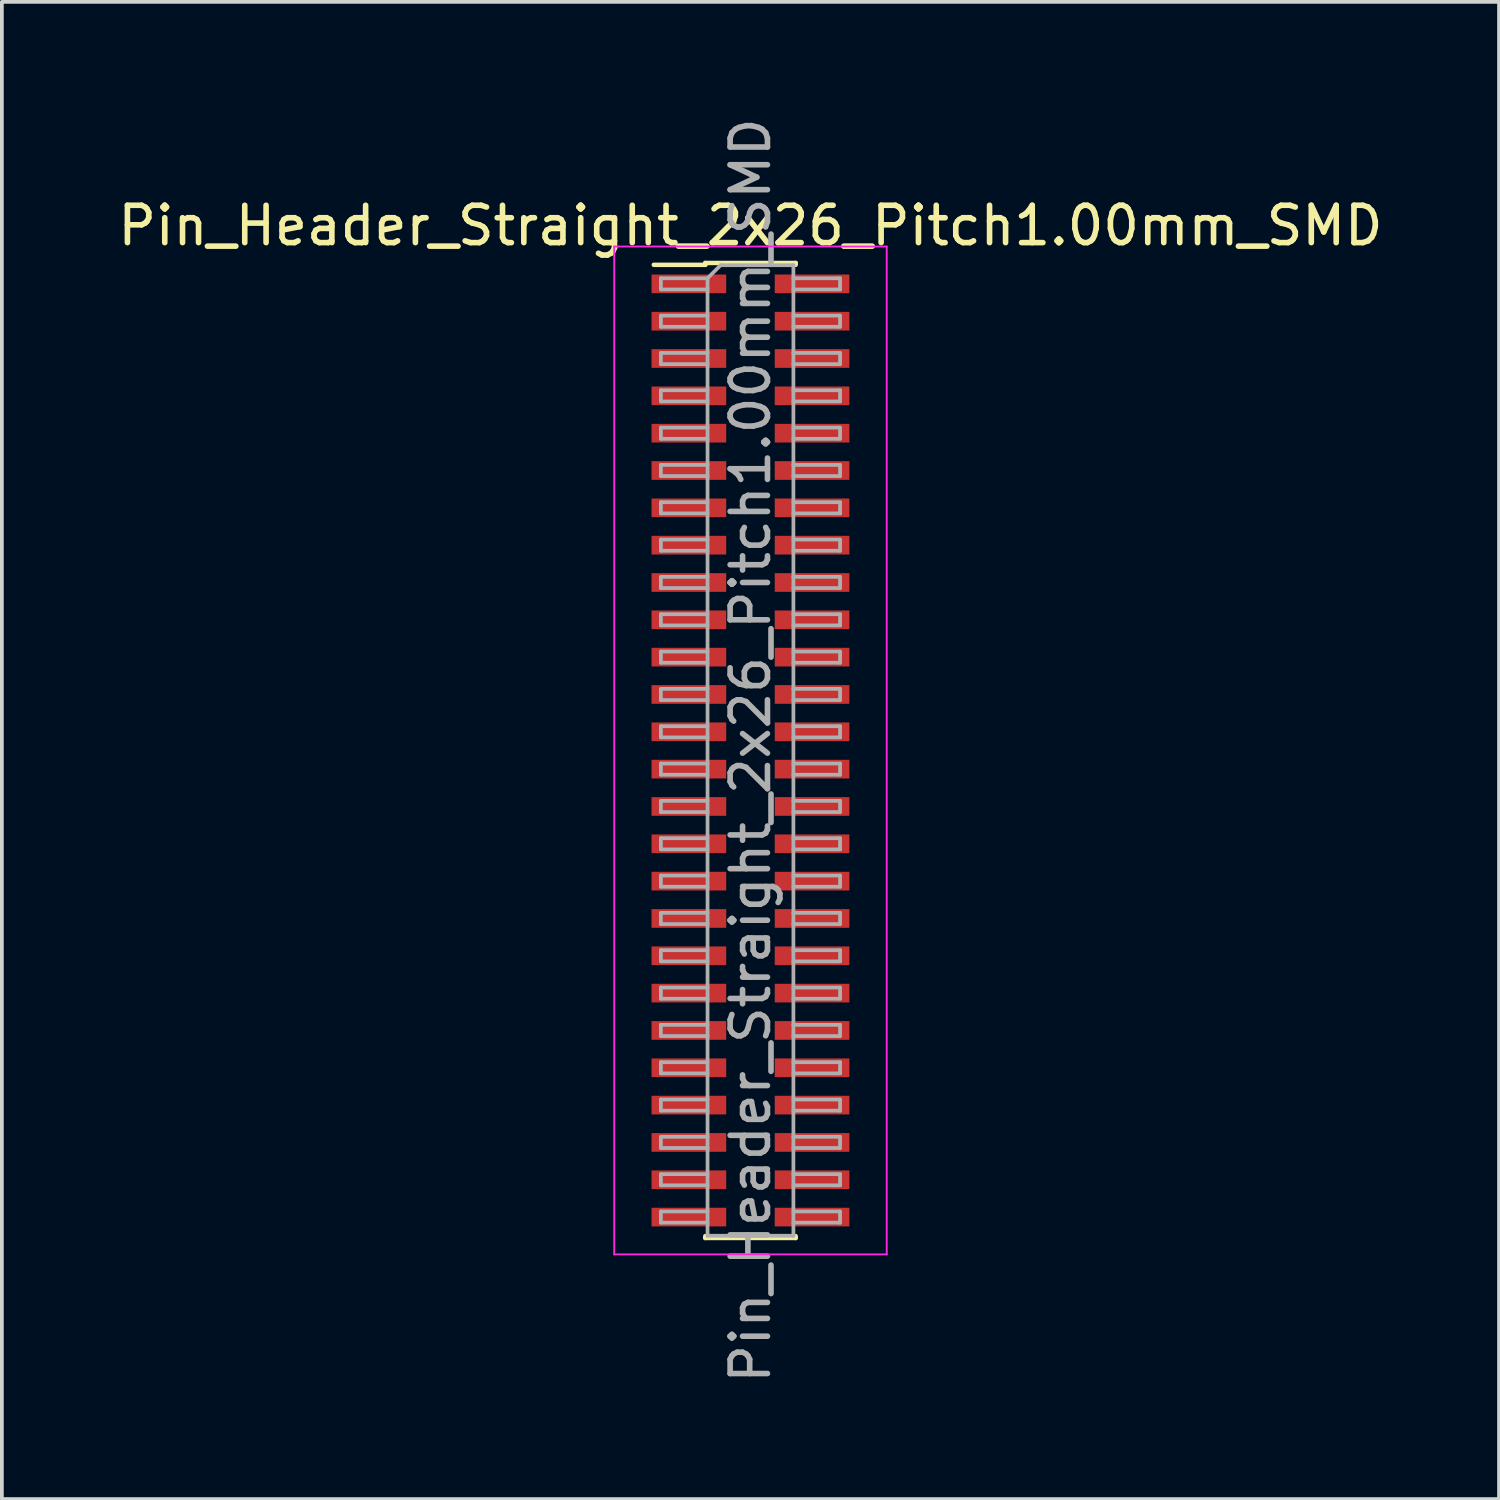
<source format=kicad_pcb>
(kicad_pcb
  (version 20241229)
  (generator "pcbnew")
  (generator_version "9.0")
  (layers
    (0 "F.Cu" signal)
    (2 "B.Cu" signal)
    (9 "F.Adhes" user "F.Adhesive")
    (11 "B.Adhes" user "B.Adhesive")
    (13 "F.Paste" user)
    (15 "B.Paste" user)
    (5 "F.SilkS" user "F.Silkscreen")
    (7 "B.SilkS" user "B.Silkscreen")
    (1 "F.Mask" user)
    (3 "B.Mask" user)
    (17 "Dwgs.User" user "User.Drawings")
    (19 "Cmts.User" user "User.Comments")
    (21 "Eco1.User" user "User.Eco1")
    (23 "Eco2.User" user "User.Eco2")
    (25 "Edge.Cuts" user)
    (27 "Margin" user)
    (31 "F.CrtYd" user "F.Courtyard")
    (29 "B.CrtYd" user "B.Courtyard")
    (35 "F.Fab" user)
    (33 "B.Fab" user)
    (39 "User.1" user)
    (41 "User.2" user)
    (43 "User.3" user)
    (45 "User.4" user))
  (footprint "Pin_Header_Straight_2x26_Pitch1.00mm_SMD"
    (layer "F.Cu")
    (at 17.054 17.054)
    (property "Reference" "Pin_Header_Straight_2x26_Pitch1.00mm_SMD" (at 0 -14.06 0) (layer "F.SilkS") (effects (font (size 1 1) (thickness 0.15))))
    (attr smd)
    (fp_line (start -2.59 -13.01) (end -1.21 -13.01) (stroke (width 0.12) (type solid)) (layer "F.SilkS"))
    (fp_line (start -1.21 -13.06) (end -1.21 -13.01) (stroke (width 0.12) (type solid)) (layer "F.SilkS"))
    (fp_line (start -1.21 -13.06) (end 1.21 -13.06) (stroke (width 0.12) (type solid)) (layer "F.SilkS"))
    (fp_line (start -1.21 13.01) (end -1.21 13.06) (stroke (width 0.12) (type solid)) (layer "F.SilkS"))
    (fp_line (start -1.21 13.06) (end 1.21 13.06) (stroke (width 0.12) (type solid)) (layer "F.SilkS"))
    (fp_line (start 1.21 -13.06) (end 1.21 -13.01) (stroke (width 0.12) (type solid)) (layer "F.SilkS"))
    (fp_line (start 1.21 13.01) (end 1.21 13.06) (stroke (width 0.12) (type solid)) (layer "F.SilkS"))
    (fp_line (start -3.65 -13.5) (end -3.65 13.5) (stroke (width 0.05) (type solid)) (layer "F.CrtYd"))
    (fp_line (start -3.65 13.5) (end 3.65 13.5) (stroke (width 0.05) (type solid)) (layer "F.CrtYd"))
    (fp_line (start 3.65 -13.5) (end -3.65 -13.5) (stroke (width 0.05) (type solid)) (layer "F.CrtYd"))
    (fp_line (start 3.65 13.5) (end 3.65 -13.5) (stroke (width 0.05) (type solid)) (layer "F.CrtYd"))
    (fp_line (start -2.4 -12.65) (end -2.4 -12.35) (stroke (width 0.1) (type solid)) (layer "F.Fab"))
    (fp_line (start -2.4 -12.35) (end -1.15 -12.35) (stroke (width 0.1) (type solid)) (layer "F.Fab"))
    (fp_line (start -2.4 -11.65) (end -2.4 -11.35) (stroke (width 0.1) (type solid)) (layer "F.Fab"))
    (fp_line (start -2.4 -11.35) (end -1.15 -11.35) (stroke (width 0.1) (type solid)) (layer "F.Fab"))
    (fp_line (start -2.4 -10.65) (end -2.4 -10.35) (stroke (width 0.1) (type solid)) (layer "F.Fab"))
    (fp_line (start -2.4 -10.35) (end -1.15 -10.35) (stroke (width 0.1) (type solid)) (layer "F.Fab"))
    (fp_line (start -2.4 -9.65) (end -2.4 -9.35) (stroke (width 0.1) (type solid)) (layer "F.Fab"))
    (fp_line (start -2.4 -9.35) (end -1.15 -9.35) (stroke (width 0.1) (type solid)) (layer "F.Fab"))
    (fp_line (start -2.4 -8.65) (end -2.4 -8.35) (stroke (width 0.1) (type solid)) (layer "F.Fab"))
    (fp_line (start -2.4 -8.35) (end -1.15 -8.35) (stroke (width 0.1) (type solid)) (layer "F.Fab"))
    (fp_line (start -2.4 -7.65) (end -2.4 -7.35) (stroke (width 0.1) (type solid)) (layer "F.Fab"))
    (fp_line (start -2.4 -7.35) (end -1.15 -7.35) (stroke (width 0.1) (type solid)) (layer "F.Fab"))
    (fp_line (start -2.4 -6.65) (end -2.4 -6.35) (stroke (width 0.1) (type solid)) (layer "F.Fab"))
    (fp_line (start -2.4 -6.35) (end -1.15 -6.35) (stroke (width 0.1) (type solid)) (layer "F.Fab"))
    (fp_line (start -2.4 -5.65) (end -2.4 -5.35) (stroke (width 0.1) (type solid)) (layer "F.Fab"))
    (fp_line (start -2.4 -5.35) (end -1.15 -5.35) (stroke (width 0.1) (type solid)) (layer "F.Fab"))
    (fp_line (start -2.4 -4.65) (end -2.4 -4.35) (stroke (width 0.1) (type solid)) (layer "F.Fab"))
    (fp_line (start -2.4 -4.35) (end -1.15 -4.35) (stroke (width 0.1) (type solid)) (layer "F.Fab"))
    (fp_line (start -2.4 -3.65) (end -2.4 -3.35) (stroke (width 0.1) (type solid)) (layer "F.Fab"))
    (fp_line (start -2.4 -3.35) (end -1.15 -3.35) (stroke (width 0.1) (type solid)) (layer "F.Fab"))
    (fp_line (start -2.4 -2.65) (end -2.4 -2.35) (stroke (width 0.1) (type solid)) (layer "F.Fab"))
    (fp_line (start -2.4 -2.35) (end -1.15 -2.35) (stroke (width 0.1) (type solid)) (layer "F.Fab"))
    (fp_line (start -2.4 -1.65) (end -2.4 -1.35) (stroke (width 0.1) (type solid)) (layer "F.Fab"))
    (fp_line (start -2.4 -1.35) (end -1.15 -1.35) (stroke (width 0.1) (type solid)) (layer "F.Fab"))
    (fp_line (start -2.4 -0.65) (end -2.4 -0.35) (stroke (width 0.1) (type solid)) (layer "F.Fab"))
    (fp_line (start -2.4 -0.35) (end -1.15 -0.35) (stroke (width 0.1) (type solid)) (layer "F.Fab"))
    (fp_line (start -2.4 0.35) (end -2.4 0.65) (stroke (width 0.1) (type solid)) (layer "F.Fab"))
    (fp_line (start -2.4 0.65) (end -1.15 0.65) (stroke (width 0.1) (type solid)) (layer "F.Fab"))
    (fp_line (start -2.4 1.35) (end -2.4 1.65) (stroke (width 0.1) (type solid)) (layer "F.Fab"))
    (fp_line (start -2.4 1.65) (end -1.15 1.65) (stroke (width 0.1) (type solid)) (layer "F.Fab"))
    (fp_line (start -2.4 2.35) (end -2.4 2.65) (stroke (width 0.1) (type solid)) (layer "F.Fab"))
    (fp_line (start -2.4 2.65) (end -1.15 2.65) (stroke (width 0.1) (type solid)) (layer "F.Fab"))
    (fp_line (start -2.4 3.35) (end -2.4 3.65) (stroke (width 0.1) (type solid)) (layer "F.Fab"))
    (fp_line (start -2.4 3.65) (end -1.15 3.65) (stroke (width 0.1) (type solid)) (layer "F.Fab"))
    (fp_line (start -2.4 4.35) (end -2.4 4.65) (stroke (width 0.1) (type solid)) (layer "F.Fab"))
    (fp_line (start -2.4 4.65) (end -1.15 4.65) (stroke (width 0.1) (type solid)) (layer "F.Fab"))
    (fp_line (start -2.4 5.35) (end -2.4 5.65) (stroke (width 0.1) (type solid)) (layer "F.Fab"))
    (fp_line (start -2.4 5.65) (end -1.15 5.65) (stroke (width 0.1) (type solid)) (layer "F.Fab"))
    (fp_line (start -2.4 6.35) (end -2.4 6.65) (stroke (width 0.1) (type solid)) (layer "F.Fab"))
    (fp_line (start -2.4 6.65) (end -1.15 6.65) (stroke (width 0.1) (type solid)) (layer "F.Fab"))
    (fp_line (start -2.4 7.35) (end -2.4 7.65) (stroke (width 0.1) (type solid)) (layer "F.Fab"))
    (fp_line (start -2.4 7.65) (end -1.15 7.65) (stroke (width 0.1) (type solid)) (layer "F.Fab"))
    (fp_line (start -2.4 8.35) (end -2.4 8.65) (stroke (width 0.1) (type solid)) (layer "F.Fab"))
    (fp_line (start -2.4 8.65) (end -1.15 8.65) (stroke (width 0.1) (type solid)) (layer "F.Fab"))
    (fp_line (start -2.4 9.35) (end -2.4 9.65) (stroke (width 0.1) (type solid)) (layer "F.Fab"))
    (fp_line (start -2.4 9.65) (end -1.15 9.65) (stroke (width 0.1) (type solid)) (layer "F.Fab"))
    (fp_line (start -2.4 10.35) (end -2.4 10.65) (stroke (width 0.1) (type solid)) (layer "F.Fab"))
    (fp_line (start -2.4 10.65) (end -1.15 10.65) (stroke (width 0.1) (type solid)) (layer "F.Fab"))
    (fp_line (start -2.4 11.35) (end -2.4 11.65) (stroke (width 0.1) (type solid)) (layer "F.Fab"))
    (fp_line (start -2.4 11.65) (end -1.15 11.65) (stroke (width 0.1) (type solid)) (layer "F.Fab"))
    (fp_line (start -2.4 12.35) (end -2.4 12.65) (stroke (width 0.1) (type solid)) (layer "F.Fab"))
    (fp_line (start -2.4 12.65) (end -1.15 12.65) (stroke (width 0.1) (type solid)) (layer "F.Fab"))
    (fp_line (start -1.15 -12.65) (end -2.4 -12.65) (stroke (width 0.1) (type solid)) (layer "F.Fab"))
    (fp_line (start -1.15 -12.65) (end -0.8 -13) (stroke (width 0.1) (type solid)) (layer "F.Fab"))
    (fp_line (start -1.15 -11.65) (end -2.4 -11.65) (stroke (width 0.1) (type solid)) (layer "F.Fab"))
    (fp_line (start -1.15 -10.65) (end -2.4 -10.65) (stroke (width 0.1) (type solid)) (layer "F.Fab"))
    (fp_line (start -1.15 -9.65) (end -2.4 -9.65) (stroke (width 0.1) (type solid)) (layer "F.Fab"))
    (fp_line (start -1.15 -8.65) (end -2.4 -8.65) (stroke (width 0.1) (type solid)) (layer "F.Fab"))
    (fp_line (start -1.15 -7.65) (end -2.4 -7.65) (stroke (width 0.1) (type solid)) (layer "F.Fab"))
    (fp_line (start -1.15 -6.65) (end -2.4 -6.65) (stroke (width 0.1) (type solid)) (layer "F.Fab"))
    (fp_line (start -1.15 -5.65) (end -2.4 -5.65) (stroke (width 0.1) (type solid)) (layer "F.Fab"))
    (fp_line (start -1.15 -4.65) (end -2.4 -4.65) (stroke (width 0.1) (type solid)) (layer "F.Fab"))
    (fp_line (start -1.15 -3.65) (end -2.4 -3.65) (stroke (width 0.1) (type solid)) (layer "F.Fab"))
    (fp_line (start -1.15 -2.65) (end -2.4 -2.65) (stroke (width 0.1) (type solid)) (layer "F.Fab"))
    (fp_line (start -1.15 -1.65) (end -2.4 -1.65) (stroke (width 0.1) (type solid)) (layer "F.Fab"))
    (fp_line (start -1.15 -0.65) (end -2.4 -0.65) (stroke (width 0.1) (type solid)) (layer "F.Fab"))
    (fp_line (start -1.15 0.35) (end -2.4 0.35) (stroke (width 0.1) (type solid)) (layer "F.Fab"))
    (fp_line (start -1.15 1.35) (end -2.4 1.35) (stroke (width 0.1) (type solid)) (layer "F.Fab"))
    (fp_line (start -1.15 2.35) (end -2.4 2.35) (stroke (width 0.1) (type solid)) (layer "F.Fab"))
    (fp_line (start -1.15 3.35) (end -2.4 3.35) (stroke (width 0.1) (type solid)) (layer "F.Fab"))
    (fp_line (start -1.15 4.35) (end -2.4 4.35) (stroke (width 0.1) (type solid)) (layer "F.Fab"))
    (fp_line (start -1.15 5.35) (end -2.4 5.35) (stroke (width 0.1) (type solid)) (layer "F.Fab"))
    (fp_line (start -1.15 6.35) (end -2.4 6.35) (stroke (width 0.1) (type solid)) (layer "F.Fab"))
    (fp_line (start -1.15 7.35) (end -2.4 7.35) (stroke (width 0.1) (type solid)) (layer "F.Fab"))
    (fp_line (start -1.15 8.35) (end -2.4 8.35) (stroke (width 0.1) (type solid)) (layer "F.Fab"))
    (fp_line (start -1.15 9.35) (end -2.4 9.35) (stroke (width 0.1) (type solid)) (layer "F.Fab"))
    (fp_line (start -1.15 10.35) (end -2.4 10.35) (stroke (width 0.1) (type solid)) (layer "F.Fab"))
    (fp_line (start -1.15 11.35) (end -2.4 11.35) (stroke (width 0.1) (type solid)) (layer "F.Fab"))
    (fp_line (start -1.15 12.35) (end -2.4 12.35) (stroke (width 0.1) (type solid)) (layer "F.Fab"))
    (fp_line (start -1.15 13) (end -1.15 -12.65) (stroke (width 0.1) (type solid)) (layer "F.Fab"))
    (fp_line (start -0.8 -13) (end 1.15 -13) (stroke (width 0.1) (type solid)) (layer "F.Fab"))
    (fp_line (start 1.15 -13) (end 1.15 13) (stroke (width 0.1) (type solid)) (layer "F.Fab"))
    (fp_line (start 1.15 -12.65) (end 2.4 -12.65) (stroke (width 0.1) (type solid)) (layer "F.Fab"))
    (fp_line (start 1.15 -11.65) (end 2.4 -11.65) (stroke (width 0.1) (type solid)) (layer "F.Fab"))
    (fp_line (start 1.15 -10.65) (end 2.4 -10.65) (stroke (width 0.1) (type solid)) (layer "F.Fab"))
    (fp_line (start 1.15 -9.65) (end 2.4 -9.65) (stroke (width 0.1) (type solid)) (layer "F.Fab"))
    (fp_line (start 1.15 -8.65) (end 2.4 -8.65) (stroke (width 0.1) (type solid)) (layer "F.Fab"))
    (fp_line (start 1.15 -7.65) (end 2.4 -7.65) (stroke (width 0.1) (type solid)) (layer "F.Fab"))
    (fp_line (start 1.15 -6.65) (end 2.4 -6.65) (stroke (width 0.1) (type solid)) (layer "F.Fab"))
    (fp_line (start 1.15 -5.65) (end 2.4 -5.65) (stroke (width 0.1) (type solid)) (layer "F.Fab"))
    (fp_line (start 1.15 -4.65) (end 2.4 -4.65) (stroke (width 0.1) (type solid)) (layer "F.Fab"))
    (fp_line (start 1.15 -3.65) (end 2.4 -3.65) (stroke (width 0.1) (type solid)) (layer "F.Fab"))
    (fp_line (start 1.15 -2.65) (end 2.4 -2.65) (stroke (width 0.1) (type solid)) (layer "F.Fab"))
    (fp_line (start 1.15 -1.65) (end 2.4 -1.65) (stroke (width 0.1) (type solid)) (layer "F.Fab"))
    (fp_line (start 1.15 -0.65) (end 2.4 -0.65) (stroke (width 0.1) (type solid)) (layer "F.Fab"))
    (fp_line (start 1.15 0.35) (end 2.4 0.35) (stroke (width 0.1) (type solid)) (layer "F.Fab"))
    (fp_line (start 1.15 1.35) (end 2.4 1.35) (stroke (width 0.1) (type solid)) (layer "F.Fab"))
    (fp_line (start 1.15 2.35) (end 2.4 2.35) (stroke (width 0.1) (type solid)) (layer "F.Fab"))
    (fp_line (start 1.15 3.35) (end 2.4 3.35) (stroke (width 0.1) (type solid)) (layer "F.Fab"))
    (fp_line (start 1.15 4.35) (end 2.4 4.35) (stroke (width 0.1) (type solid)) (layer "F.Fab"))
    (fp_line (start 1.15 5.35) (end 2.4 5.35) (stroke (width 0.1) (type solid)) (layer "F.Fab"))
    (fp_line (start 1.15 6.35) (end 2.4 6.35) (stroke (width 0.1) (type solid)) (layer "F.Fab"))
    (fp_line (start 1.15 7.35) (end 2.4 7.35) (stroke (width 0.1) (type solid)) (layer "F.Fab"))
    (fp_line (start 1.15 8.35) (end 2.4 8.35) (stroke (width 0.1) (type solid)) (layer "F.Fab"))
    (fp_line (start 1.15 9.35) (end 2.4 9.35) (stroke (width 0.1) (type solid)) (layer "F.Fab"))
    (fp_line (start 1.15 10.35) (end 2.4 10.35) (stroke (width 0.1) (type solid)) (layer "F.Fab"))
    (fp_line (start 1.15 11.35) (end 2.4 11.35) (stroke (width 0.1) (type solid)) (layer "F.Fab"))
    (fp_line (start 1.15 12.35) (end 2.4 12.35) (stroke (width 0.1) (type solid)) (layer "F.Fab"))
    (fp_line (start 1.15 13) (end -1.15 13) (stroke (width 0.1) (type solid)) (layer "F.Fab"))
    (fp_line (start 2.4 -12.65) (end 2.4 -12.35) (stroke (width 0.1) (type solid)) (layer "F.Fab"))
    (fp_line (start 2.4 -12.35) (end 1.15 -12.35) (stroke (width 0.1) (type solid)) (layer "F.Fab"))
    (fp_line (start 2.4 -11.65) (end 2.4 -11.35) (stroke (width 0.1) (type solid)) (layer "F.Fab"))
    (fp_line (start 2.4 -11.35) (end 1.15 -11.35) (stroke (width 0.1) (type solid)) (layer "F.Fab"))
    (fp_line (start 2.4 -10.65) (end 2.4 -10.35) (stroke (width 0.1) (type solid)) (layer "F.Fab"))
    (fp_line (start 2.4 -10.35) (end 1.15 -10.35) (stroke (width 0.1) (type solid)) (layer "F.Fab"))
    (fp_line (start 2.4 -9.65) (end 2.4 -9.35) (stroke (width 0.1) (type solid)) (layer "F.Fab"))
    (fp_line (start 2.4 -9.35) (end 1.15 -9.35) (stroke (width 0.1) (type solid)) (layer "F.Fab"))
    (fp_line (start 2.4 -8.65) (end 2.4 -8.35) (stroke (width 0.1) (type solid)) (layer "F.Fab"))
    (fp_line (start 2.4 -8.35) (end 1.15 -8.35) (stroke (width 0.1) (type solid)) (layer "F.Fab"))
    (fp_line (start 2.4 -7.65) (end 2.4 -7.35) (stroke (width 0.1) (type solid)) (layer "F.Fab"))
    (fp_line (start 2.4 -7.35) (end 1.15 -7.35) (stroke (width 0.1) (type solid)) (layer "F.Fab"))
    (fp_line (start 2.4 -6.65) (end 2.4 -6.35) (stroke (width 0.1) (type solid)) (layer "F.Fab"))
    (fp_line (start 2.4 -6.35) (end 1.15 -6.35) (stroke (width 0.1) (type solid)) (layer "F.Fab"))
    (fp_line (start 2.4 -5.65) (end 2.4 -5.35) (stroke (width 0.1) (type solid)) (layer "F.Fab"))
    (fp_line (start 2.4 -5.35) (end 1.15 -5.35) (stroke (width 0.1) (type solid)) (layer "F.Fab"))
    (fp_line (start 2.4 -4.65) (end 2.4 -4.35) (stroke (width 0.1) (type solid)) (layer "F.Fab"))
    (fp_line (start 2.4 -4.35) (end 1.15 -4.35) (stroke (width 0.1) (type solid)) (layer "F.Fab"))
    (fp_line (start 2.4 -3.65) (end 2.4 -3.35) (stroke (width 0.1) (type solid)) (layer "F.Fab"))
    (fp_line (start 2.4 -3.35) (end 1.15 -3.35) (stroke (width 0.1) (type solid)) (layer "F.Fab"))
    (fp_line (start 2.4 -2.65) (end 2.4 -2.35) (stroke (width 0.1) (type solid)) (layer "F.Fab"))
    (fp_line (start 2.4 -2.35) (end 1.15 -2.35) (stroke (width 0.1) (type solid)) (layer "F.Fab"))
    (fp_line (start 2.4 -1.65) (end 2.4 -1.35) (stroke (width 0.1) (type solid)) (layer "F.Fab"))
    (fp_line (start 2.4 -1.35) (end 1.15 -1.35) (stroke (width 0.1) (type solid)) (layer "F.Fab"))
    (fp_line (start 2.4 -0.65) (end 2.4 -0.35) (stroke (width 0.1) (type solid)) (layer "F.Fab"))
    (fp_line (start 2.4 -0.35) (end 1.15 -0.35) (stroke (width 0.1) (type solid)) (layer "F.Fab"))
    (fp_line (start 2.4 0.35) (end 2.4 0.65) (stroke (width 0.1) (type solid)) (layer "F.Fab"))
    (fp_line (start 2.4 0.65) (end 1.15 0.65) (stroke (width 0.1) (type solid)) (layer "F.Fab"))
    (fp_line (start 2.4 1.35) (end 2.4 1.65) (stroke (width 0.1) (type solid)) (layer "F.Fab"))
    (fp_line (start 2.4 1.65) (end 1.15 1.65) (stroke (width 0.1) (type solid)) (layer "F.Fab"))
    (fp_line (start 2.4 2.35) (end 2.4 2.65) (stroke (width 0.1) (type solid)) (layer "F.Fab"))
    (fp_line (start 2.4 2.65) (end 1.15 2.65) (stroke (width 0.1) (type solid)) (layer "F.Fab"))
    (fp_line (start 2.4 3.35) (end 2.4 3.65) (stroke (width 0.1) (type solid)) (layer "F.Fab"))
    (fp_line (start 2.4 3.65) (end 1.15 3.65) (stroke (width 0.1) (type solid)) (layer "F.Fab"))
    (fp_line (start 2.4 4.35) (end 2.4 4.65) (stroke (width 0.1) (type solid)) (layer "F.Fab"))
    (fp_line (start 2.4 4.65) (end 1.15 4.65) (stroke (width 0.1) (type solid)) (layer "F.Fab"))
    (fp_line (start 2.4 5.35) (end 2.4 5.65) (stroke (width 0.1) (type solid)) (layer "F.Fab"))
    (fp_line (start 2.4 5.65) (end 1.15 5.65) (stroke (width 0.1) (type solid)) (layer "F.Fab"))
    (fp_line (start 2.4 6.35) (end 2.4 6.65) (stroke (width 0.1) (type solid)) (layer "F.Fab"))
    (fp_line (start 2.4 6.65) (end 1.15 6.65) (stroke (width 0.1) (type solid)) (layer "F.Fab"))
    (fp_line (start 2.4 7.35) (end 2.4 7.65) (stroke (width 0.1) (type solid)) (layer "F.Fab"))
    (fp_line (start 2.4 7.65) (end 1.15 7.65) (stroke (width 0.1) (type solid)) (layer "F.Fab"))
    (fp_line (start 2.4 8.35) (end 2.4 8.65) (stroke (width 0.1) (type solid)) (layer "F.Fab"))
    (fp_line (start 2.4 8.65) (end 1.15 8.65) (stroke (width 0.1) (type solid)) (layer "F.Fab"))
    (fp_line (start 2.4 9.35) (end 2.4 9.65) (stroke (width 0.1) (type solid)) (layer "F.Fab"))
    (fp_line (start 2.4 9.65) (end 1.15 9.65) (stroke (width 0.1) (type solid)) (layer "F.Fab"))
    (fp_line (start 2.4 10.35) (end 2.4 10.65) (stroke (width 0.1) (type solid)) (layer "F.Fab"))
    (fp_line (start 2.4 10.65) (end 1.15 10.65) (stroke (width 0.1) (type solid)) (layer "F.Fab"))
    (fp_line (start 2.4 11.35) (end 2.4 11.65) (stroke (width 0.1) (type solid)) (layer "F.Fab"))
    (fp_line (start 2.4 11.65) (end 1.15 11.65) (stroke (width 0.1) (type solid)) (layer "F.Fab"))
    (fp_line (start 2.4 12.35) (end 2.4 12.65) (stroke (width 0.1) (type solid)) (layer "F.Fab"))
    (fp_line (start 2.4 12.65) (end 1.15 12.65) (stroke (width 0.1) (type solid)) (layer "F.Fab"))
    (fp_text user "${REFERENCE}" (at 0 0 90) (layer "F.Fab") (effects (font (size 1 1) (thickness 0.15))))
    (pad "1" smd rect (at -1.65 -12.5) (size 2 0.5) (layers "F.Cu" "F.Mask" "F.Paste"))
    (pad "2" smd rect (at 1.65 -12.5) (size 2 0.5) (layers "F.Cu" "F.Mask" "F.Paste"))
    (pad "3" smd rect (at -1.65 -11.5) (size 2 0.5) (layers "F.Cu" "F.Mask" "F.Paste"))
    (pad "4" smd rect (at 1.65 -11.5) (size 2 0.5) (layers "F.Cu" "F.Mask" "F.Paste"))
    (pad "5" smd rect (at -1.65 -10.5) (size 2 0.5) (layers "F.Cu" "F.Mask" "F.Paste"))
    (pad "6" smd rect (at 1.65 -10.5) (size 2 0.5) (layers "F.Cu" "F.Mask" "F.Paste"))
    (pad "7" smd rect (at -1.65 -9.5) (size 2 0.5) (layers "F.Cu" "F.Mask" "F.Paste"))
    (pad "8" smd rect (at 1.65 -9.5) (size 2 0.5) (layers "F.Cu" "F.Mask" "F.Paste"))
    (pad "9" smd rect (at -1.65 -8.5) (size 2 0.5) (layers "F.Cu" "F.Mask" "F.Paste"))
    (pad "10" smd rect (at 1.65 -8.5) (size 2 0.5) (layers "F.Cu" "F.Mask" "F.Paste"))
    (pad "11" smd rect (at -1.65 -7.5) (size 2 0.5) (layers "F.Cu" "F.Mask" "F.Paste"))
    (pad "12" smd rect (at 1.65 -7.5) (size 2 0.5) (layers "F.Cu" "F.Mask" "F.Paste"))
    (pad "13" smd rect (at -1.65 -6.5) (size 2 0.5) (layers "F.Cu" "F.Mask" "F.Paste"))
    (pad "14" smd rect (at 1.65 -6.5) (size 2 0.5) (layers "F.Cu" "F.Mask" "F.Paste"))
    (pad "15" smd rect (at -1.65 -5.5) (size 2 0.5) (layers "F.Cu" "F.Mask" "F.Paste"))
    (pad "16" smd rect (at 1.65 -5.5) (size 2 0.5) (layers "F.Cu" "F.Mask" "F.Paste"))
    (pad "17" smd rect (at -1.65 -4.5) (size 2 0.5) (layers "F.Cu" "F.Mask" "F.Paste"))
    (pad "18" smd rect (at 1.65 -4.5) (size 2 0.5) (layers "F.Cu" "F.Mask" "F.Paste"))
    (pad "19" smd rect (at -1.65 -3.5) (size 2 0.5) (layers "F.Cu" "F.Mask" "F.Paste"))
    (pad "20" smd rect (at 1.65 -3.5) (size 2 0.5) (layers "F.Cu" "F.Mask" "F.Paste"))
    (pad "21" smd rect (at -1.65 -2.5) (size 2 0.5) (layers "F.Cu" "F.Mask" "F.Paste"))
    (pad "22" smd rect (at 1.65 -2.5) (size 2 0.5) (layers "F.Cu" "F.Mask" "F.Paste"))
    (pad "23" smd rect (at -1.65 -1.5) (size 2 0.5) (layers "F.Cu" "F.Mask" "F.Paste"))
    (pad "24" smd rect (at 1.65 -1.5) (size 2 0.5) (layers "F.Cu" "F.Mask" "F.Paste"))
    (pad "25" smd rect (at -1.65 -0.5) (size 2 0.5) (layers "F.Cu" "F.Mask" "F.Paste"))
    (pad "26" smd rect (at 1.65 -0.5) (size 2 0.5) (layers "F.Cu" "F.Mask" "F.Paste"))
    (pad "27" smd rect (at -1.65 0.5) (size 2 0.5) (layers "F.Cu" "F.Mask" "F.Paste"))
    (pad "28" smd rect (at 1.65 0.5) (size 2 0.5) (layers "F.Cu" "F.Mask" "F.Paste"))
    (pad "29" smd rect (at -1.65 1.5) (size 2 0.5) (layers "F.Cu" "F.Mask" "F.Paste"))
    (pad "30" smd rect (at 1.65 1.5) (size 2 0.5) (layers "F.Cu" "F.Mask" "F.Paste"))
    (pad "31" smd rect (at -1.65 2.5) (size 2 0.5) (layers "F.Cu" "F.Mask" "F.Paste"))
    (pad "32" smd rect (at 1.65 2.5) (size 2 0.5) (layers "F.Cu" "F.Mask" "F.Paste"))
    (pad "33" smd rect (at -1.65 3.5) (size 2 0.5) (layers "F.Cu" "F.Mask" "F.Paste"))
    (pad "34" smd rect (at 1.65 3.5) (size 2 0.5) (layers "F.Cu" "F.Mask" "F.Paste"))
    (pad "35" smd rect (at -1.65 4.5) (size 2 0.5) (layers "F.Cu" "F.Mask" "F.Paste"))
    (pad "36" smd rect (at 1.65 4.5) (size 2 0.5) (layers "F.Cu" "F.Mask" "F.Paste"))
    (pad "37" smd rect (at -1.65 5.5) (size 2 0.5) (layers "F.Cu" "F.Mask" "F.Paste"))
    (pad "38" smd rect (at 1.65 5.5) (size 2 0.5) (layers "F.Cu" "F.Mask" "F.Paste"))
    (pad "39" smd rect (at -1.65 6.5) (size 2 0.5) (layers "F.Cu" "F.Mask" "F.Paste"))
    (pad "40" smd rect (at 1.65 6.5) (size 2 0.5) (layers "F.Cu" "F.Mask" "F.Paste"))
    (pad "41" smd rect (at -1.65 7.5) (size 2 0.5) (layers "F.Cu" "F.Mask" "F.Paste"))
    (pad "42" smd rect (at 1.65 7.5) (size 2 0.5) (layers "F.Cu" "F.Mask" "F.Paste"))
    (pad "43" smd rect (at -1.65 8.5) (size 2 0.5) (layers "F.Cu" "F.Mask" "F.Paste"))
    (pad "44" smd rect (at 1.65 8.5) (size 2 0.5) (layers "F.Cu" "F.Mask" "F.Paste"))
    (pad "45" smd rect (at -1.65 9.5) (size 2 0.5) (layers "F.Cu" "F.Mask" "F.Paste"))
    (pad "46" smd rect (at 1.65 9.5) (size 2 0.5) (layers "F.Cu" "F.Mask" "F.Paste"))
    (pad "47" smd rect (at -1.65 10.5) (size 2 0.5) (layers "F.Cu" "F.Mask" "F.Paste"))
    (pad "48" smd rect (at 1.65 10.5) (size 2 0.5) (layers "F.Cu" "F.Mask" "F.Paste"))
    (pad "49" smd rect (at -1.65 11.5) (size 2 0.5) (layers "F.Cu" "F.Mask" "F.Paste"))
    (pad "50" smd rect (at 1.65 11.5) (size 2 0.5) (layers "F.Cu" "F.Mask" "F.Paste"))
    (pad "51" smd rect (at -1.65 12.5) (size 2 0.5) (layers "F.Cu" "F.Mask" "F.Paste"))
    (pad "52" smd rect (at 1.65 12.5) (size 2 0.5) (layers "F.Cu" "F.Mask" "F.Paste")))
  (gr_rect
    (start -3 -3)
    (end 37.107 37.107)
    (stroke (width 0.1) (type default))
    (fill no)
    (layer "Edge.Cuts")))
</source>
